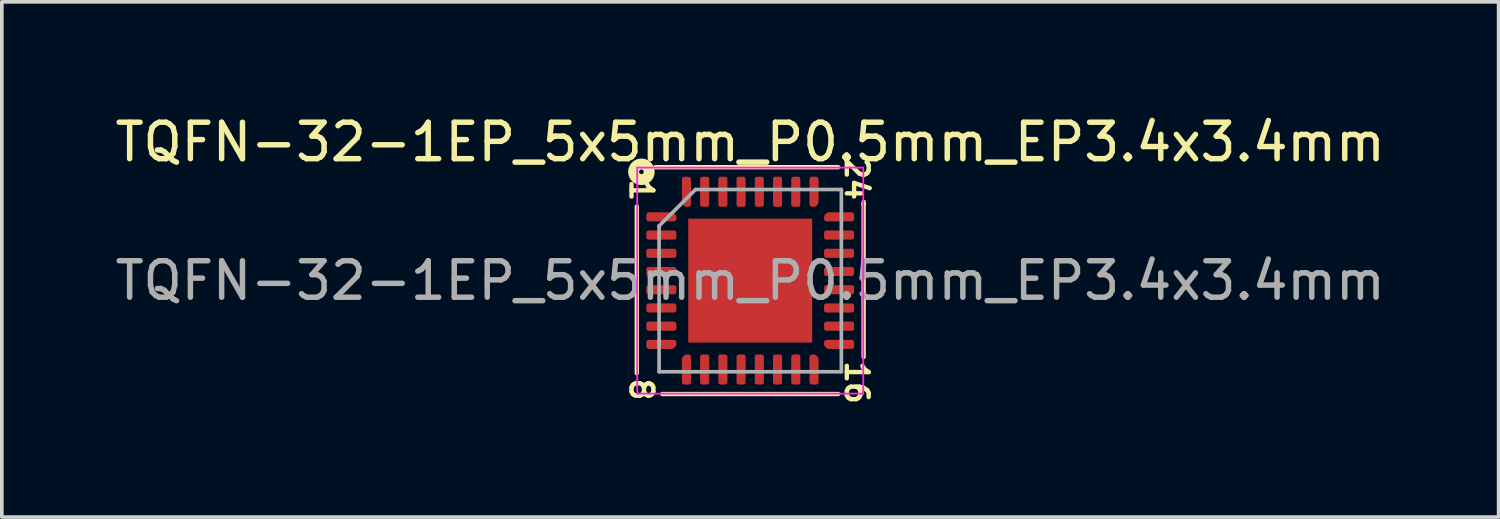
<source format=kicad_pcb>
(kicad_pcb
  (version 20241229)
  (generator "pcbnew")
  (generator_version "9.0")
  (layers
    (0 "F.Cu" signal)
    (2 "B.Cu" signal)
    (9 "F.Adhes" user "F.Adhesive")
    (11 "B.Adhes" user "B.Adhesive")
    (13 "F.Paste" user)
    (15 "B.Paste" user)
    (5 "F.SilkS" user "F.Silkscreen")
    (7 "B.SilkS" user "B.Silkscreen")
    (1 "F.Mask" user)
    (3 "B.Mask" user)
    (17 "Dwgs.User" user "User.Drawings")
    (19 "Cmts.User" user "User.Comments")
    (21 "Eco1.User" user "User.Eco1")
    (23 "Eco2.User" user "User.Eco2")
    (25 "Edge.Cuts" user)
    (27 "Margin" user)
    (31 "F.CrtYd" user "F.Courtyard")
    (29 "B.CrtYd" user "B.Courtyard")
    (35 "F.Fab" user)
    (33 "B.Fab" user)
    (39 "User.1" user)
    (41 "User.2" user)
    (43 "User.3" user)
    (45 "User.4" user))
  (footprint "TQFN-32-1EP_5x5mm_P0.5mm_EP3.4x3.4mm"
    (layer "F.Cu")
    (at 17.53 4.648)
    (property "Reference" "TQFN-32-1EP_5x5mm_P0.5mm_EP3.4x3.4mm" (at 0 -3.8 0) (layer "F.SilkS") (effects (font (size 1 1) (thickness 0.15))))
    (attr smd)
    (fp_line (start -3.111 -2.032) (end -3.111 2.54) (stroke (width 0.12) (type solid)) (layer "F.SilkS"))
    (fp_line (start -2.413 3.111) (end 2.413 3.111) (stroke (width 0.12) (type solid)) (layer "F.SilkS"))
    (fp_line (start 2.413 -3.111) (end -2.603 -3.111) (stroke (width 0.12) (type solid)) (layer "F.SilkS"))
    (fp_line (start 3.111 -2.095) (end 3.111 -2.159) (stroke (width 0.12) (type solid)) (layer "F.SilkS"))
    (fp_line (start 3.111 2.095) (end 3.111 -2.095) (stroke (width 0.12) (type solid)) (layer "F.SilkS"))
    (fp_circle (center -2.985 -2.985) (end -2.921 -2.985) (stroke (width 0.3) (type solid)) (fill no) (layer "F.SilkS"))
    (fp_line (start -3.1 -3.1) (end -3.1 3.1) (stroke (width 0.05) (type solid)) (layer "F.CrtYd"))
    (fp_line (start -3.1 3.1) (end 3.1 3.1) (stroke (width 0.05) (type solid)) (layer "F.CrtYd"))
    (fp_line (start 3.1 -3.1) (end -3.1 -3.1) (stroke (width 0.05) (type solid)) (layer "F.CrtYd"))
    (fp_line (start 3.1 3.1) (end 3.1 -3.1) (stroke (width 0.05) (type solid)) (layer "F.CrtYd"))
    (fp_line (start -2.5 -1.5) (end -1.5 -2.5) (stroke (width 0.1) (type solid)) (layer "F.Fab"))
    (fp_line (start -2.5 2.5) (end -2.5 -1.5) (stroke (width 0.1) (type solid)) (layer "F.Fab"))
    (fp_line (start -1.5 -2.5) (end 2.5 -2.5) (stroke (width 0.1) (type solid)) (layer "F.Fab"))
    (fp_line (start 2.5 -2.5) (end 2.5 2.5) (stroke (width 0.1) (type solid)) (layer "F.Fab"))
    (fp_line (start 2.5 2.5) (end -2.5 2.5) (stroke (width 0.1) (type solid)) (layer "F.Fab"))
    (fp_text user "1" (at -2.985 -2.477 270) (unlocked yes) (layer "F.SilkS") (effects (font (size 0.6 0.6) (thickness 0.12))))
    (fp_text user "16" (at 2.921 2.794 270) (unlocked yes) (layer "F.SilkS") (effects (font (size 0.6 0.6) (thickness 0.12))))
    (fp_text user "8" (at -2.985 2.985 270) (unlocked yes) (layer "F.SilkS") (effects (font (size 0.6 0.6) (thickness 0.12))))
    (fp_text user "24" (at 2.921 -2.794 270) (unlocked yes) (layer "F.SilkS") (effects (font (size 0.6 0.6) (thickness 0.12))))
    (fp_text user "${REFERENCE}" (at 0 0 0) (layer "F.Fab") (effects (font (size 1 1) (thickness 0.15))))
    (pad "" smd roundrect (at -0.85 -0.85) (size 1.37 1.37) (layers "F.Paste") (roundrect_rratio 0.182))
    (pad "" smd roundrect (at -0.85 0.85) (size 1.37 1.37) (layers "F.Paste") (roundrect_rratio 0.182))
    (pad "" smd roundrect (at 0.85 -0.85) (size 1.37 1.37) (layers "F.Paste") (roundrect_rratio 0.182))
    (pad "" smd roundrect (at 0.85 0.85) (size 1.37 1.37) (layers "F.Paste") (roundrect_rratio 0.182))
    (pad "1" smd custom (at -2.438 -1.75) (size 0.186 0.186) (layers "F.Cu" "F.Mask" "F.Paste") (options (anchor circle)) (primitives (gr_poly (pts (xy -0.35 -0.062) (xy 0.297 -0.062) (xy 0.35 -0.009) (xy 0.35 0.062) (xy -0.35 0.062)) (width 0.125) (fill yes))))
    (pad "2" smd roundrect (at -2.438 -1.25) (size 0.825 0.25) (layers "F.Cu" "F.Mask" "F.Paste") (roundrect_rratio 0.25))
    (pad "3" smd roundrect (at -2.438 -0.75) (size 0.825 0.25) (layers "F.Cu" "F.Mask" "F.Paste") (roundrect_rratio 0.25))
    (pad "4" smd roundrect (at -2.438 -0.25) (size 0.825 0.25) (layers "F.Cu" "F.Mask" "F.Paste") (roundrect_rratio 0.25))
    (pad "5" smd roundrect (at -2.438 0.25) (size 0.825 0.25) (layers "F.Cu" "F.Mask" "F.Paste") (roundrect_rratio 0.25))
    (pad "6" smd roundrect (at -2.438 0.75) (size 0.825 0.25) (layers "F.Cu" "F.Mask" "F.Paste") (roundrect_rratio 0.25))
    (pad "7" smd roundrect (at -2.438 1.25) (size 0.825 0.25) (layers "F.Cu" "F.Mask" "F.Paste") (roundrect_rratio 0.25))
    (pad "8" smd custom (at -2.438 1.75) (size 0.186 0.186) (layers "F.Cu" "F.Mask" "F.Paste") (options (anchor circle)) (primitives (gr_poly (pts (xy -0.35 -0.062) (xy 0.35 -0.062) (xy 0.35 0.009) (xy 0.297 0.062) (xy -0.35 0.062)) (width 0.125) (fill yes))))
    (pad "9" smd custom (at -1.75 2.438) (size 0.186 0.186) (layers "F.Cu" "F.Mask" "F.Paste") (options (anchor circle)) (primitives (gr_poly (pts (xy -0.062 -0.297) (xy -0.009 -0.35) (xy 0.062 -0.35) (xy 0.062 0.35) (xy -0.062 0.35)) (width 0.125) (fill yes))))
    (pad "10" smd roundrect (at -1.25 2.438) (size 0.25 0.825) (layers "F.Cu" "F.Mask" "F.Paste") (roundrect_rratio 0.25))
    (pad "11" smd roundrect (at -0.75 2.438) (size 0.25 0.825) (layers "F.Cu" "F.Mask" "F.Paste") (roundrect_rratio 0.25))
    (pad "12" smd roundrect (at -0.25 2.438) (size 0.25 0.825) (layers "F.Cu" "F.Mask" "F.Paste") (roundrect_rratio 0.25))
    (pad "13" smd roundrect (at 0.25 2.438) (size 0.25 0.825) (layers "F.Cu" "F.Mask" "F.Paste") (roundrect_rratio 0.25))
    (pad "14" smd roundrect (at 0.75 2.438) (size 0.25 0.825) (layers "F.Cu" "F.Mask" "F.Paste") (roundrect_rratio 0.25))
    (pad "15" smd roundrect (at 1.25 2.438) (size 0.25 0.825) (layers "F.Cu" "F.Mask" "F.Paste") (roundrect_rratio 0.25))
    (pad "16" smd custom (at 1.75 2.438) (size 0.186 0.186) (layers "F.Cu" "F.Mask" "F.Paste") (options (anchor circle)) (primitives (gr_poly (pts (xy -0.062 -0.35) (xy 0.009 -0.35) (xy 0.062 -0.297) (xy 0.062 0.35) (xy -0.062 0.35)) (width 0.125) (fill yes))))
    (pad "17" smd custom (at 2.438 1.75) (size 0.186 0.186) (layers "F.Cu" "F.Mask" "F.Paste") (options (anchor circle)) (primitives (gr_poly (pts (xy -0.35 -0.062) (xy 0.35 -0.062) (xy 0.35 0.062) (xy -0.297 0.062) (xy -0.35 0.009)) (width 0.125) (fill yes))))
    (pad "18" smd roundrect (at 2.438 1.25) (size 0.825 0.25) (layers "F.Cu" "F.Mask" "F.Paste") (roundrect_rratio 0.25))
    (pad "19" smd roundrect (at 2.438 0.75) (size 0.825 0.25) (layers "F.Cu" "F.Mask" "F.Paste") (roundrect_rratio 0.25))
    (pad "20" smd roundrect (at 2.438 0.25) (size 0.825 0.25) (layers "F.Cu" "F.Mask" "F.Paste") (roundrect_rratio 0.25))
    (pad "21" smd roundrect (at 2.438 -0.25) (size 0.825 0.25) (layers "F.Cu" "F.Mask" "F.Paste") (roundrect_rratio 0.25))
    (pad "22" smd roundrect (at 2.438 -0.75) (size 0.825 0.25) (layers "F.Cu" "F.Mask" "F.Paste") (roundrect_rratio 0.25))
    (pad "23" smd roundrect (at 2.438 -1.25) (size 0.825 0.25) (layers "F.Cu" "F.Mask" "F.Paste") (roundrect_rratio 0.25))
    (pad "24" smd custom (at 2.438 -1.75) (size 0.186 0.186) (layers "F.Cu" "F.Mask" "F.Paste") (options (anchor circle)) (primitives (gr_poly (pts (xy -0.35 -0.009) (xy -0.297 -0.062) (xy 0.35 -0.062) (xy 0.35 0.062) (xy -0.35 0.062)) (width 0.125) (fill yes))))
    (pad "25" smd custom (at 1.75 -2.438) (size 0.186 0.186) (layers "F.Cu" "F.Mask" "F.Paste") (options (anchor circle)) (primitives (gr_poly (pts (xy -0.062 -0.35) (xy 0.062 -0.35) (xy 0.062 0.297) (xy 0.009 0.35) (xy -0.062 0.35)) (width 0.125) (fill yes))))
    (pad "26" smd roundrect (at 1.25 -2.438) (size 0.25 0.825) (layers "F.Cu" "F.Mask" "F.Paste") (roundrect_rratio 0.25))
    (pad "27" smd roundrect (at 0.75 -2.438) (size 0.25 0.825) (layers "F.Cu" "F.Mask" "F.Paste") (roundrect_rratio 0.25))
    (pad "28" smd roundrect (at 0.25 -2.438) (size 0.25 0.825) (layers "F.Cu" "F.Mask" "F.Paste") (roundrect_rratio 0.25))
    (pad "29" smd roundrect (at -0.25 -2.438) (size 0.25 0.825) (layers "F.Cu" "F.Mask" "F.Paste") (roundrect_rratio 0.25))
    (pad "30" smd roundrect (at -0.75 -2.438) (size 0.25 0.825) (layers "F.Cu" "F.Mask" "F.Paste") (roundrect_rratio 0.25))
    (pad "31" smd roundrect (at -1.25 -2.438) (size 0.25 0.825) (layers "F.Cu" "F.Mask" "F.Paste") (roundrect_rratio 0.25))
    (pad "32" smd custom (at -1.75 -2.438) (size 0.186 0.186) (layers "F.Cu" "F.Mask" "F.Paste") (options (anchor circle)) (primitives (gr_poly (pts (xy -0.062 -0.35) (xy 0.062 -0.35) (xy 0.062 0.35) (xy -0.009 0.35) (xy -0.062 0.297)) (width 0.125) (fill yes))))
    (pad "33" smd rect (at 0 0) (size 3.4 3.4) (layers "F.Cu" "F.Mask")))
  (gr_rect
    (start -3 -3)
    (end 38.06 11.134)
    (stroke (width 0.1) (type default))
    (fill no)
    (layer "Edge.Cuts")))
</source>
